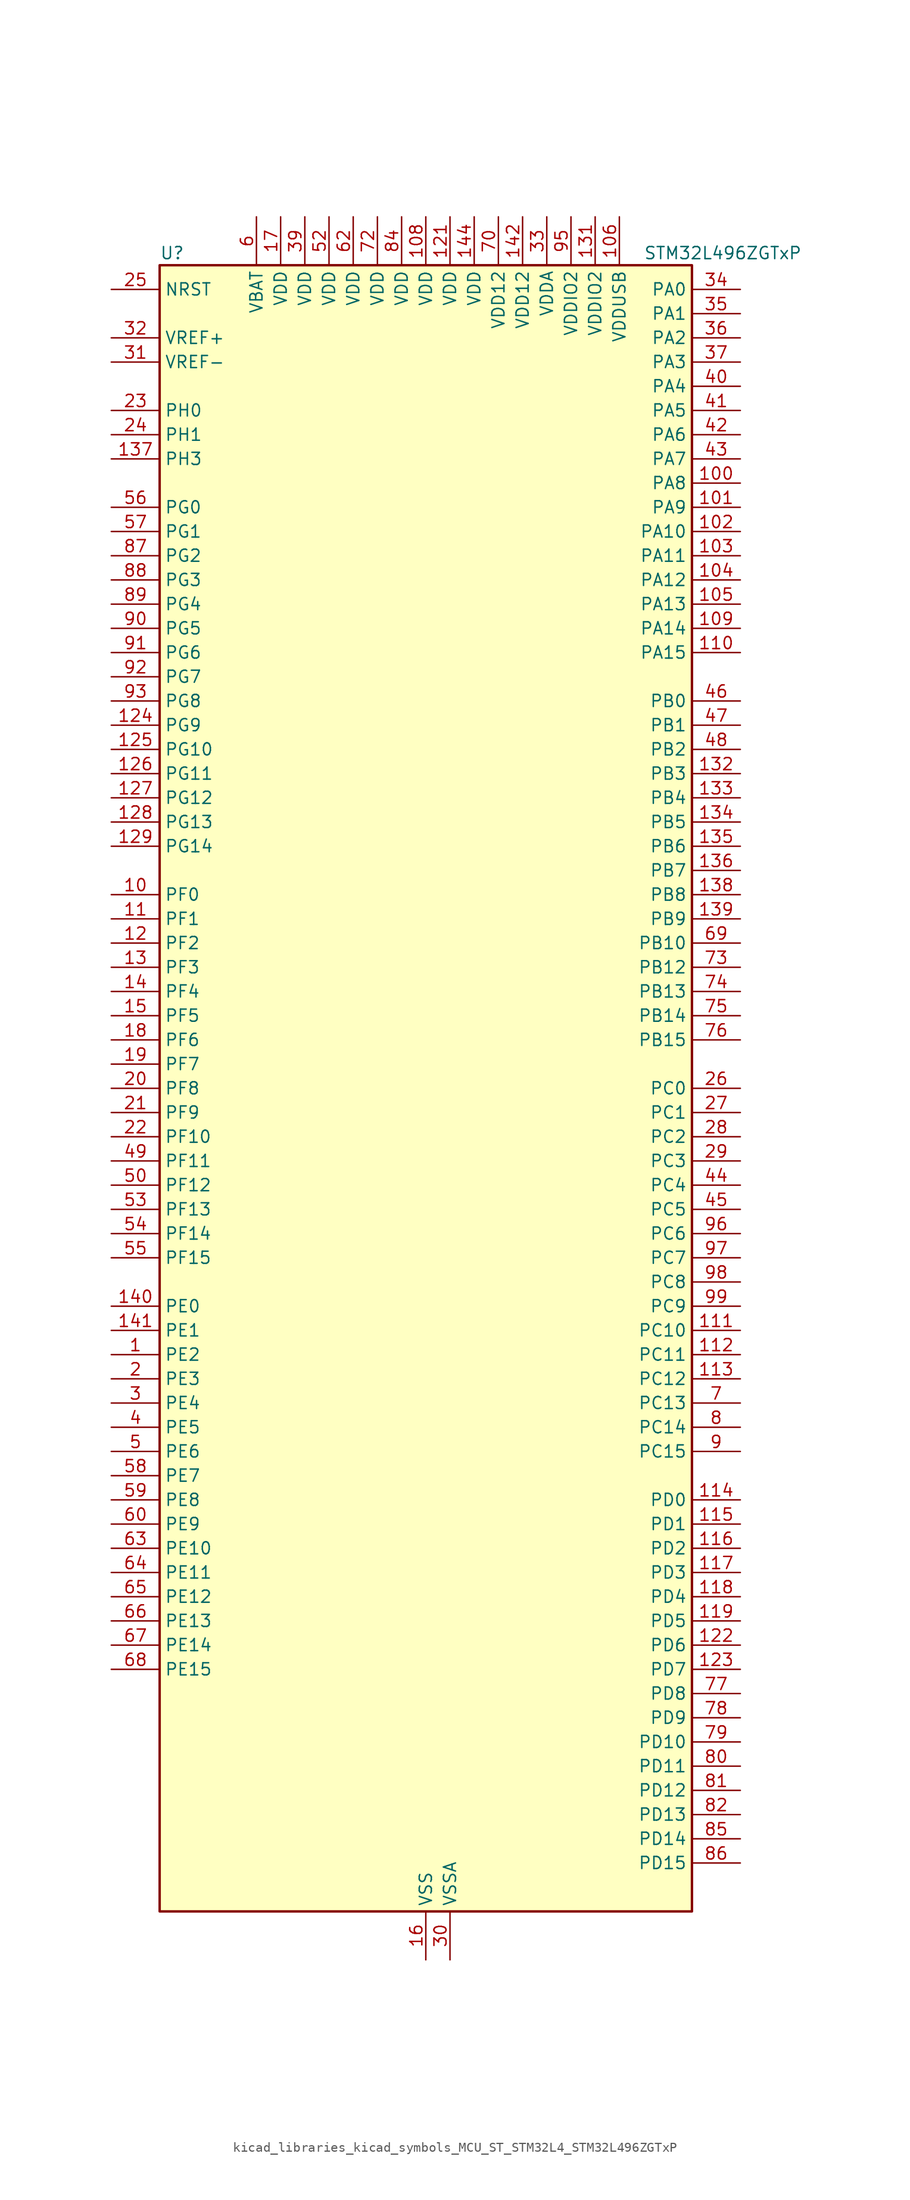
<source format=kicad_sym>
(kicad_symbol_lib
  (version 20220914)
  (generator kicad_symbol_editor)
  (symbol "kicad_libraries_kicad_symbols_MCU_ST_STM32L4_STM32L496ZGTxP"
    (property "Reference" "U"
      (at -27.94 87.63 0)
      (effects (font (size 1.27 1.27)) (justify left)))
    (property "Value" "STM32L496ZGTxP"
      (at 22.86 87.63 0)
      (effects (font (size 1.27 1.27)) (justify left)))
    (property "ki_locked" ""
      (at 0 0 0)
      (effects (font (size 1.27 1.27))))
    (symbol "kicad_libraries_kicad_symbols_MCU_ST_STM32L4_STM32L496ZGTxP_0_1"
      (rectangle (start -27.94 -86.36) (end 27.94 86.36) (stroke (width 0.254) (type default)) (fill (type background))))
    (symbol "kicad_libraries_kicad_symbols_MCU_ST_STM32L4_STM32L496ZGTxP_1_1"
      (pin bidirectional line (at -33.02 -27.94 0) (length 5.08) (name "PE2" (effects (font (size 1.27 1.27)))) (number "1" (effects (font (size 1.27 1.27)))) (alternate "FMC_A23" bidirectional line) (alternate "LCD_SEG38" bidirectional line) (alternate "SAI1_MCLK_A" bidirectional line) (alternate "SYS_TRACECLK" bidirectional line) (alternate "TIM3_ETR" bidirectional line) (alternate "TSC_G7_IO1" bidirectional line))
      (pin bidirectional line (at -33.02 20.32 0) (length 5.08) (name "PF0" (effects (font (size 1.27 1.27)))) (number "10" (effects (font (size 1.27 1.27)))) (alternate "FMC_A0" bidirectional line) (alternate "I2C2_SDA" bidirectional line))
      (pin bidirectional line (at 33.02 63.5 180) (length 5.08) (name "PA8" (effects (font (size 1.27 1.27)))) (number "100" (effects (font (size 1.27 1.27)))) (alternate "LCD_COM0" bidirectional line) (alternate "LPTIM2_OUT" bidirectional line) (alternate "RCC_MCO" bidirectional line) (alternate "SAI1_SCK_A" bidirectional line) (alternate "SWPMI1_IO" bidirectional line) (alternate "TIM1_CH1" bidirectional line) (alternate "USART1_CK" bidirectional line) (alternate "USB_OTG_FS_SOF" bidirectional line))
      (pin bidirectional line (at 33.02 60.96 180) (length 5.08) (name "PA9" (effects (font (size 1.27 1.27)))) (number "101" (effects (font (size 1.27 1.27)))) (alternate "DAC1_EXTI9" bidirectional line) (alternate "DCMI_D0" bidirectional line) (alternate "LCD_COM1" bidirectional line) (alternate "SAI1_FS_A" bidirectional line) (alternate "SPI2_SCK" bidirectional line) (alternate "TIM15_BKIN" bidirectional line) (alternate "TIM1_CH2" bidirectional line) (alternate "USART1_TX" bidirectional line) (alternate "USB_OTG_FS_VBUS" bidirectional line))
      (pin bidirectional line (at 33.02 58.42 180) (length 5.08) (name "PA10" (effects (font (size 1.27 1.27)))) (number "102" (effects (font (size 1.27 1.27)))) (alternate "DCMI_D1" bidirectional line) (alternate "LCD_COM2" bidirectional line) (alternate "SAI1_SD_A" bidirectional line) (alternate "TIM17_BKIN" bidirectional line) (alternate "TIM1_CH3" bidirectional line) (alternate "USART1_RX" bidirectional line) (alternate "USB_OTG_FS_ID" bidirectional line))
      (pin bidirectional line (at 33.02 55.88 180) (length 5.08) (name "PA11" (effects (font (size 1.27 1.27)))) (number "103" (effects (font (size 1.27 1.27)))) (alternate "ADC1_EXTI11" bidirectional line) (alternate "ADC2_EXTI11" bidirectional line) (alternate "ADC3_EXTI11" bidirectional line) (alternate "CAN1_RX" bidirectional line) (alternate "SPI1_MISO" bidirectional line) (alternate "TIM1_BKIN2" bidirectional line) (alternate "TIM1_BKIN2_COMP1" bidirectional line) (alternate "TIM1_CH4" bidirectional line) (alternate "USART1_CTS" bidirectional line) (alternate "USB_OTG_FS_DM" bidirectional line))
      (pin bidirectional line (at 33.02 53.34 180) (length 5.08) (name "PA12" (effects (font (size 1.27 1.27)))) (number "104" (effects (font (size 1.27 1.27)))) (alternate "CAN1_TX" bidirectional line) (alternate "SPI1_MOSI" bidirectional line) (alternate "TIM1_ETR" bidirectional line) (alternate "USART1_DE" bidirectional line) (alternate "USART1_RTS" bidirectional line) (alternate "USB_OTG_FS_DP" bidirectional line))
      (pin bidirectional line (at 33.02 50.8 180) (length 5.08) (name "PA13" (effects (font (size 1.27 1.27)))) (number "105" (effects (font (size 1.27 1.27)))) (alternate "IR_OUT" bidirectional line) (alternate "SAI1_SD_B" bidirectional line) (alternate "SWPMI1_TX" bidirectional line) (alternate "SYS_JTMS-SWDIO" bidirectional line) (alternate "USB_OTG_FS_NOE" bidirectional line))
      (pin power_in line (at 20.32 91.44 270) (length 5.08) (name "VDDUSB" (effects (font (size 1.27 1.27)))) (number "106" (effects (font (size 1.27 1.27)))))
      (pin passive line (at 0 -91.44 90) (length 5.08) hide (name "VSS" (effects (font (size 1.27 1.27)))) (number "107" (effects (font (size 1.27 1.27)))))
      (pin power_in line (at 0 91.44 270) (length 5.08) (name "VDD" (effects (font (size 1.27 1.27)))) (number "108" (effects (font (size 1.27 1.27)))))
      (pin bidirectional line (at 33.02 48.26 180) (length 5.08) (name "PA14" (effects (font (size 1.27 1.27)))) (number "109" (effects (font (size 1.27 1.27)))) (alternate "I2C1_SMBA" bidirectional line) (alternate "I2C4_SMBA" bidirectional line) (alternate "LPTIM1_OUT" bidirectional line) (alternate "SAI1_FS_B" bidirectional line) (alternate "SWPMI1_RX" bidirectional line) (alternate "SYS_JTCK-SWCLK" bidirectional line) (alternate "USB_OTG_FS_SOF" bidirectional line))
      (pin bidirectional line (at -33.02 17.78 0) (length 5.08) (name "PF1" (effects (font (size 1.27 1.27)))) (number "11" (effects (font (size 1.27 1.27)))) (alternate "FMC_A1" bidirectional line) (alternate "I2C2_SCL" bidirectional line))
      (pin bidirectional line (at 33.02 45.72 180) (length 5.08) (name "PA15" (effects (font (size 1.27 1.27)))) (number "110" (effects (font (size 1.27 1.27)))) (alternate "ADC1_EXTI15" bidirectional line) (alternate "ADC2_EXTI15" bidirectional line) (alternate "ADC3_EXTI15" bidirectional line) (alternate "LCD_SEG17" bidirectional line) (alternate "SAI2_FS_B" bidirectional line) (alternate "SPI1_NSS" bidirectional line) (alternate "SPI3_NSS" bidirectional line) (alternate "SWPMI1_SUSPEND" bidirectional line) (alternate "SYS_JTDI" bidirectional line) (alternate "TIM2_CH1" bidirectional line) (alternate "TIM2_ETR" bidirectional line) (alternate "TSC_G3_IO1" bidirectional line) (alternate "UART4_DE" bidirectional line) (alternate "UART4_RTS" bidirectional line) (alternate "USART2_RX" bidirectional line) (alternate "USART3_DE" bidirectional line) (alternate "USART3_RTS" bidirectional line))
      (pin bidirectional line (at 33.02 -25.4 180) (length 5.08) (name "PC10" (effects (font (size 1.27 1.27)))) (number "111" (effects (font (size 1.27 1.27)))) (alternate "DCMI_D8" bidirectional line) (alternate "LCD_COM4" bidirectional line) (alternate "LCD_SEG28" bidirectional line) (alternate "LCD_SEG40" bidirectional line) (alternate "SAI2_SCK_B" bidirectional line) (alternate "SDMMC1_D2" bidirectional line) (alternate "SPI3_SCK" bidirectional line) (alternate "SYS_TRACED1" bidirectional line) (alternate "TSC_G3_IO2" bidirectional line) (alternate "UART4_TX" bidirectional line) (alternate "USART3_TX" bidirectional line))
      (pin bidirectional line (at 33.02 -27.94 180) (length 5.08) (name "PC11" (effects (font (size 1.27 1.27)))) (number "112" (effects (font (size 1.27 1.27)))) (alternate "ADC1_EXTI11" bidirectional line) (alternate "ADC2_EXTI11" bidirectional line) (alternate "ADC3_EXTI11" bidirectional line) (alternate "DCMI_D4" bidirectional line) (alternate "LCD_COM5" bidirectional line) (alternate "LCD_SEG29" bidirectional line) (alternate "LCD_SEG41" bidirectional line) (alternate "QUADSPI_BK2_NCS" bidirectional line) (alternate "SAI2_MCLK_B" bidirectional line) (alternate "SDMMC1_D3" bidirectional line) (alternate "SPI3_MISO" bidirectional line) (alternate "TSC_G3_IO3" bidirectional line) (alternate "UART4_RX" bidirectional line) (alternate "USART3_RX" bidirectional line))
      (pin bidirectional line (at 33.02 -30.48 180) (length 5.08) (name "PC12" (effects (font (size 1.27 1.27)))) (number "113" (effects (font (size 1.27 1.27)))) (alternate "DCMI_D9" bidirectional line) (alternate "LCD_COM6" bidirectional line) (alternate "LCD_SEG30" bidirectional line) (alternate "LCD_SEG42" bidirectional line) (alternate "SAI2_SD_B" bidirectional line) (alternate "SDMMC1_CK" bidirectional line) (alternate "SPI3_MOSI" bidirectional line) (alternate "SYS_TRACED3" bidirectional line) (alternate "TSC_G3_IO4" bidirectional line) (alternate "UART5_TX" bidirectional line) (alternate "USART3_CK" bidirectional line))
      (pin bidirectional line (at 33.02 -43.18 180) (length 5.08) (name "PD0" (effects (font (size 1.27 1.27)))) (number "114" (effects (font (size 1.27 1.27)))) (alternate "CAN1_RX" bidirectional line) (alternate "DFSDM1_DATIN7" bidirectional line) (alternate "FMC_D2" bidirectional line) (alternate "FMC_DA2" bidirectional line) (alternate "SPI2_NSS" bidirectional line))
      (pin bidirectional line (at 33.02 -45.72 180) (length 5.08) (name "PD1" (effects (font (size 1.27 1.27)))) (number "115" (effects (font (size 1.27 1.27)))) (alternate "CAN1_TX" bidirectional line) (alternate "DFSDM1_CKIN7" bidirectional line) (alternate "FMC_D3" bidirectional line) (alternate "FMC_DA3" bidirectional line) (alternate "SPI2_SCK" bidirectional line))
      (pin bidirectional line (at 33.02 -48.26 180) (length 5.08) (name "PD2" (effects (font (size 1.27 1.27)))) (number "116" (effects (font (size 1.27 1.27)))) (alternate "DCMI_D11" bidirectional line) (alternate "LCD_COM7" bidirectional line) (alternate "LCD_SEG31" bidirectional line) (alternate "LCD_SEG43" bidirectional line) (alternate "SDMMC1_CMD" bidirectional line) (alternate "SYS_TRACED2" bidirectional line) (alternate "TIM3_ETR" bidirectional line) (alternate "TSC_SYNC" bidirectional line) (alternate "UART5_RX" bidirectional line) (alternate "USART3_DE" bidirectional line) (alternate "USART3_RTS" bidirectional line))
      (pin bidirectional line (at 33.02 -50.8 180) (length 5.08) (name "PD3" (effects (font (size 1.27 1.27)))) (number "117" (effects (font (size 1.27 1.27)))) (alternate "DCMI_D5" bidirectional line) (alternate "DFSDM1_DATIN0" bidirectional line) (alternate "FMC_CLK" bidirectional line) (alternate "QUADSPI_BK2_NCS" bidirectional line) (alternate "SPI2_MISO" bidirectional line) (alternate "SPI2_SCK" bidirectional line) (alternate "USART2_CTS" bidirectional line))
      (pin bidirectional line (at 33.02 -53.34 180) (length 5.08) (name "PD4" (effects (font (size 1.27 1.27)))) (number "118" (effects (font (size 1.27 1.27)))) (alternate "DFSDM1_CKIN0" bidirectional line) (alternate "FMC_NOE" bidirectional line) (alternate "QUADSPI_BK2_IO0" bidirectional line) (alternate "SPI2_MOSI" bidirectional line) (alternate "USART2_DE" bidirectional line) (alternate "USART2_RTS" bidirectional line))
      (pin bidirectional line (at 33.02 -55.88 180) (length 5.08) (name "PD5" (effects (font (size 1.27 1.27)))) (number "119" (effects (font (size 1.27 1.27)))) (alternate "FMC_NWE" bidirectional line) (alternate "QUADSPI_BK2_IO1" bidirectional line) (alternate "USART2_TX" bidirectional line))
      (pin bidirectional line (at -33.02 15.24 0) (length 5.08) (name "PF2" (effects (font (size 1.27 1.27)))) (number "12" (effects (font (size 1.27 1.27)))) (alternate "FMC_A2" bidirectional line) (alternate "I2C2_SMBA" bidirectional line))
      (pin passive line (at 0 -91.44 90) (length 5.08) hide (name "VSS" (effects (font (size 1.27 1.27)))) (number "120" (effects (font (size 1.27 1.27)))))
      (pin power_in line (at 2.54 91.44 270) (length 5.08) (name "VDD" (effects (font (size 1.27 1.27)))) (number "121" (effects (font (size 1.27 1.27)))))
      (pin bidirectional line (at 33.02 -58.42 180) (length 5.08) (name "PD6" (effects (font (size 1.27 1.27)))) (number "122" (effects (font (size 1.27 1.27)))) (alternate "DCMI_D10" bidirectional line) (alternate "DFSDM1_DATIN1" bidirectional line) (alternate "FMC_NWAIT" bidirectional line) (alternate "QUADSPI_BK2_IO1" bidirectional line) (alternate "QUADSPI_BK2_IO2" bidirectional line) (alternate "SAI1_SD_A" bidirectional line) (alternate "USART2_RX" bidirectional line))
      (pin bidirectional line (at 33.02 -60.96 180) (length 5.08) (name "PD7" (effects (font (size 1.27 1.27)))) (number "123" (effects (font (size 1.27 1.27)))) (alternate "DFSDM1_CKIN1" bidirectional line) (alternate "FMC_NE1" bidirectional line) (alternate "QUADSPI_BK2_IO3" bidirectional line) (alternate "USART2_CK" bidirectional line))
      (pin bidirectional line (at -33.02 38.1 0) (length 5.08) (name "PG9" (effects (font (size 1.27 1.27)))) (number "124" (effects (font (size 1.27 1.27)))) (alternate "DAC1_EXTI9" bidirectional line) (alternate "FMC_NCE" bidirectional line) (alternate "FMC_NE2" bidirectional line) (alternate "SAI2_SCK_A" bidirectional line) (alternate "SPI3_SCK" bidirectional line) (alternate "TIM15_CH1N" bidirectional line) (alternate "USART1_TX" bidirectional line))
      (pin bidirectional line (at -33.02 35.56 0) (length 5.08) (name "PG10" (effects (font (size 1.27 1.27)))) (number "125" (effects (font (size 1.27 1.27)))) (alternate "FMC_NE3" bidirectional line) (alternate "LPTIM1_IN1" bidirectional line) (alternate "SAI2_FS_A" bidirectional line) (alternate "SPI3_MISO" bidirectional line) (alternate "TIM15_CH1" bidirectional line) (alternate "USART1_RX" bidirectional line))
      (pin bidirectional line (at -33.02 33.02 0) (length 5.08) (name "PG11" (effects (font (size 1.27 1.27)))) (number "126" (effects (font (size 1.27 1.27)))) (alternate "ADC1_EXTI11" bidirectional line) (alternate "ADC2_EXTI11" bidirectional line) (alternate "ADC3_EXTI11" bidirectional line) (alternate "LPTIM1_IN2" bidirectional line) (alternate "SAI2_MCLK_A" bidirectional line) (alternate "SPI3_MOSI" bidirectional line) (alternate "TIM15_CH2" bidirectional line) (alternate "USART1_CTS" bidirectional line))
      (pin bidirectional line (at -33.02 30.48 0) (length 5.08) (name "PG12" (effects (font (size 1.27 1.27)))) (number "127" (effects (font (size 1.27 1.27)))) (alternate "FMC_NE4" bidirectional line) (alternate "LPTIM1_ETR" bidirectional line) (alternate "SAI2_SD_A" bidirectional line) (alternate "SPI3_NSS" bidirectional line) (alternate "USART1_DE" bidirectional line) (alternate "USART1_RTS" bidirectional line))
      (pin bidirectional line (at -33.02 27.94 0) (length 5.08) (name "PG13" (effects (font (size 1.27 1.27)))) (number "128" (effects (font (size 1.27 1.27)))) (alternate "FMC_A24" bidirectional line) (alternate "I2C1_SDA" bidirectional line) (alternate "USART1_CK" bidirectional line))
      (pin bidirectional line (at -33.02 25.4 0) (length 5.08) (name "PG14" (effects (font (size 1.27 1.27)))) (number "129" (effects (font (size 1.27 1.27)))) (alternate "FMC_A25" bidirectional line) (alternate "I2C1_SCL" bidirectional line))
      (pin bidirectional line (at -33.02 12.7 0) (length 5.08) (name "PF3" (effects (font (size 1.27 1.27)))) (number "13" (effects (font (size 1.27 1.27)))) (alternate "ADC3_IN6" bidirectional line) (alternate "FMC_A3" bidirectional line))
      (pin passive line (at 0 -91.44 90) (length 5.08) hide (name "VSS" (effects (font (size 1.27 1.27)))) (number "130" (effects (font (size 1.27 1.27)))))
      (pin power_in line (at 17.78 91.44 270) (length 5.08) (name "VDDIO2" (effects (font (size 1.27 1.27)))) (number "131" (effects (font (size 1.27 1.27)))))
      (pin bidirectional line (at 33.02 33.02 180) (length 5.08) (name "PB3" (effects (font (size 1.27 1.27)))) (number "132" (effects (font (size 1.27 1.27)))) (alternate "COMP2_INM" bidirectional line) (alternate "CRS_SYNC" bidirectional line) (alternate "LCD_SEG7" bidirectional line) (alternate "SAI1_SCK_B" bidirectional line) (alternate "SPI1_SCK" bidirectional line) (alternate "SPI3_SCK" bidirectional line) (alternate "SYS_JTDO-SWO" bidirectional line) (alternate "TIM2_CH2" bidirectional line) (alternate "USART1_DE" bidirectional line) (alternate "USART1_RTS" bidirectional line))
      (pin bidirectional line (at 33.02 30.48 180) (length 5.08) (name "PB4" (effects (font (size 1.27 1.27)))) (number "133" (effects (font (size 1.27 1.27)))) (alternate "COMP2_INP" bidirectional line) (alternate "DCMI_D12" bidirectional line) (alternate "I2C3_SDA" bidirectional line) (alternate "LCD_SEG8" bidirectional line) (alternate "SAI1_MCLK_B" bidirectional line) (alternate "SPI1_MISO" bidirectional line) (alternate "SPI3_MISO" bidirectional line) (alternate "SYS_JTRST" bidirectional line) (alternate "TIM17_BKIN" bidirectional line) (alternate "TIM3_CH1" bidirectional line) (alternate "TSC_G2_IO1" bidirectional line) (alternate "UART5_DE" bidirectional line) (alternate "UART5_RTS" bidirectional line) (alternate "USART1_CTS" bidirectional line))
      (pin bidirectional line (at 33.02 27.94 180) (length 5.08) (name "PB5" (effects (font (size 1.27 1.27)))) (number "134" (effects (font (size 1.27 1.27)))) (alternate "CAN2_RX" bidirectional line) (alternate "COMP2_OUT" bidirectional line) (alternate "DCMI_D10" bidirectional line) (alternate "I2C1_SMBA" bidirectional line) (alternate "LCD_SEG9" bidirectional line) (alternate "LPTIM1_IN1" bidirectional line) (alternate "SAI1_SD_B" bidirectional line) (alternate "SPI1_MOSI" bidirectional line) (alternate "SPI3_MOSI" bidirectional line) (alternate "TIM16_BKIN" bidirectional line) (alternate "TIM3_CH2" bidirectional line) (alternate "TSC_G2_IO2" bidirectional line) (alternate "UART5_CTS" bidirectional line) (alternate "USART1_CK" bidirectional line))
      (pin bidirectional line (at 33.02 25.4 180) (length 5.08) (name "PB6" (effects (font (size 1.27 1.27)))) (number "135" (effects (font (size 1.27 1.27)))) (alternate "CAN2_TX" bidirectional line) (alternate "COMP2_INP" bidirectional line) (alternate "DCMI_D5" bidirectional line) (alternate "DFSDM1_DATIN5" bidirectional line) (alternate "I2C1_SCL" bidirectional line) (alternate "I2C4_SCL" bidirectional line) (alternate "LPTIM1_ETR" bidirectional line) (alternate "SAI1_FS_B" bidirectional line) (alternate "TIM16_CH1N" bidirectional line) (alternate "TIM4_CH1" bidirectional line) (alternate "TIM8_BKIN2" bidirectional line) (alternate "TIM8_BKIN2_COMP2" bidirectional line) (alternate "TSC_G2_IO3" bidirectional line) (alternate "USART1_TX" bidirectional line))
      (pin bidirectional line (at 33.02 22.86 180) (length 5.08) (name "PB7" (effects (font (size 1.27 1.27)))) (number "136" (effects (font (size 1.27 1.27)))) (alternate "COMP2_INM" bidirectional line) (alternate "DCMI_VSYNC" bidirectional line) (alternate "DFSDM1_CKIN5" bidirectional line) (alternate "FMC_NL" bidirectional line) (alternate "I2C1_SDA" bidirectional line) (alternate "I2C4_SDA" bidirectional line) (alternate "LCD_SEG21" bidirectional line) (alternate "LPTIM1_IN2" bidirectional line) (alternate "SYS_PVD_IN" bidirectional line) (alternate "TIM17_CH1N" bidirectional line) (alternate "TIM4_CH2" bidirectional line) (alternate "TIM8_BKIN" bidirectional line) (alternate "TIM8_BKIN_COMP1" bidirectional line) (alternate "TSC_G2_IO4" bidirectional line) (alternate "UART4_CTS" bidirectional line) (alternate "USART1_RX" bidirectional line))
      (pin bidirectional line (at -33.02 66.04 0) (length 5.08) (name "PH3" (effects (font (size 1.27 1.27)))) (number "137" (effects (font (size 1.27 1.27)))))
      (pin bidirectional line (at 33.02 20.32 180) (length 5.08) (name "PB8" (effects (font (size 1.27 1.27)))) (number "138" (effects (font (size 1.27 1.27)))) (alternate "CAN1_RX" bidirectional line) (alternate "DCMI_D6" bidirectional line) (alternate "DFSDM1_DATIN6" bidirectional line) (alternate "I2C1_SCL" bidirectional line) (alternate "LCD_SEG16" bidirectional line) (alternate "SAI1_MCLK_A" bidirectional line) (alternate "SDMMC1_D4" bidirectional line) (alternate "TIM16_CH1" bidirectional line) (alternate "TIM4_CH3" bidirectional line))
      (pin bidirectional line (at 33.02 17.78 180) (length 5.08) (name "PB9" (effects (font (size 1.27 1.27)))) (number "139" (effects (font (size 1.27 1.27)))) (alternate "CAN1_TX" bidirectional line) (alternate "DAC1_EXTI9" bidirectional line) (alternate "DCMI_D7" bidirectional line) (alternate "DFSDM1_CKIN6" bidirectional line) (alternate "I2C1_SDA" bidirectional line) (alternate "IR_OUT" bidirectional line) (alternate "LCD_COM3" bidirectional line) (alternate "SAI1_FS_A" bidirectional line) (alternate "SDMMC1_D5" bidirectional line) (alternate "SPI2_NSS" bidirectional line) (alternate "TIM17_CH1" bidirectional line) (alternate "TIM4_CH4" bidirectional line))
      (pin bidirectional line (at -33.02 10.16 0) (length 5.08) (name "PF4" (effects (font (size 1.27 1.27)))) (number "14" (effects (font (size 1.27 1.27)))) (alternate "ADC3_IN7" bidirectional line) (alternate "FMC_A4" bidirectional line))
      (pin bidirectional line (at -33.02 -22.86 0) (length 5.08) (name "PE0" (effects (font (size 1.27 1.27)))) (number "140" (effects (font (size 1.27 1.27)))) (alternate "DCMI_D2" bidirectional line) (alternate "FMC_NBL0" bidirectional line) (alternate "LCD_SEG36" bidirectional line) (alternate "TIM16_CH1" bidirectional line) (alternate "TIM4_ETR" bidirectional line))
      (pin bidirectional line (at -33.02 -25.4 0) (length 5.08) (name "PE1" (effects (font (size 1.27 1.27)))) (number "141" (effects (font (size 1.27 1.27)))) (alternate "DCMI_D3" bidirectional line) (alternate "FMC_NBL1" bidirectional line) (alternate "LCD_SEG37" bidirectional line) (alternate "TIM17_CH1" bidirectional line))
      (pin power_in line (at 10.16 91.44 270) (length 5.08) (name "VDD12" (effects (font (size 1.27 1.27)))) (number "142" (effects (font (size 1.27 1.27)))))
      (pin passive line (at 0 -91.44 90) (length 5.08) hide (name "VSS" (effects (font (size 1.27 1.27)))) (number "143" (effects (font (size 1.27 1.27)))))
      (pin power_in line (at 5.08 91.44 270) (length 5.08) (name "VDD" (effects (font (size 1.27 1.27)))) (number "144" (effects (font (size 1.27 1.27)))))
      (pin bidirectional line (at -33.02 7.62 0) (length 5.08) (name "PF5" (effects (font (size 1.27 1.27)))) (number "15" (effects (font (size 1.27 1.27)))) (alternate "ADC3_IN8" bidirectional line) (alternate "FMC_A5" bidirectional line))
      (pin power_in line (at 0 -91.44 90) (length 5.08) (name "VSS" (effects (font (size 1.27 1.27)))) (number "16" (effects (font (size 1.27 1.27)))))
      (pin power_in line (at -15.24 91.44 270) (length 5.08) (name "VDD" (effects (font (size 1.27 1.27)))) (number "17" (effects (font (size 1.27 1.27)))))
      (pin bidirectional line (at -33.02 5.08 0) (length 5.08) (name "PF6" (effects (font (size 1.27 1.27)))) (number "18" (effects (font (size 1.27 1.27)))) (alternate "ADC3_IN9" bidirectional line) (alternate "QUADSPI_BK1_IO3" bidirectional line) (alternate "SAI1_SD_B" bidirectional line) (alternate "TIM5_CH1" bidirectional line) (alternate "TIM5_ETR" bidirectional line))
      (pin bidirectional line (at -33.02 2.54 0) (length 5.08) (name "PF7" (effects (font (size 1.27 1.27)))) (number "19" (effects (font (size 1.27 1.27)))) (alternate "ADC3_IN10" bidirectional line) (alternate "QUADSPI_BK1_IO2" bidirectional line) (alternate "SAI1_MCLK_B" bidirectional line) (alternate "TIM5_CH2" bidirectional line))
      (pin bidirectional line (at -33.02 -30.48 0) (length 5.08) (name "PE3" (effects (font (size 1.27 1.27)))) (number "2" (effects (font (size 1.27 1.27)))) (alternate "FMC_A19" bidirectional line) (alternate "LCD_SEG39" bidirectional line) (alternate "SAI1_SD_B" bidirectional line) (alternate "SYS_TRACED0" bidirectional line) (alternate "TIM3_CH1" bidirectional line) (alternate "TSC_G7_IO2" bidirectional line))
      (pin bidirectional line (at -33.02 0 0) (length 5.08) (name "PF8" (effects (font (size 1.27 1.27)))) (number "20" (effects (font (size 1.27 1.27)))) (alternate "ADC3_IN11" bidirectional line) (alternate "QUADSPI_BK1_IO0" bidirectional line) (alternate "SAI1_SCK_B" bidirectional line) (alternate "TIM5_CH3" bidirectional line))
      (pin bidirectional line (at -33.02 -2.54 0) (length 5.08) (name "PF9" (effects (font (size 1.27 1.27)))) (number "21" (effects (font (size 1.27 1.27)))) (alternate "ADC3_IN12" bidirectional line) (alternate "DAC1_EXTI9" bidirectional line) (alternate "QUADSPI_BK1_IO1" bidirectional line) (alternate "SAI1_FS_B" bidirectional line) (alternate "TIM15_CH1" bidirectional line) (alternate "TIM5_CH4" bidirectional line))
      (pin bidirectional line (at -33.02 -5.08 0) (length 5.08) (name "PF10" (effects (font (size 1.27 1.27)))) (number "22" (effects (font (size 1.27 1.27)))) (alternate "ADC3_IN13" bidirectional line) (alternate "DCMI_D11" bidirectional line) (alternate "QUADSPI_CLK" bidirectional line) (alternate "TIM15_CH2" bidirectional line))
      (pin bidirectional line (at -33.02 71.12 0) (length 5.08) (name "PH0" (effects (font (size 1.27 1.27)))) (number "23" (effects (font (size 1.27 1.27)))) (alternate "RCC_OSC_IN" bidirectional line))
      (pin bidirectional line (at -33.02 68.58 0) (length 5.08) (name "PH1" (effects (font (size 1.27 1.27)))) (number "24" (effects (font (size 1.27 1.27)))) (alternate "RCC_OSC_OUT" bidirectional line))
      (pin input line (at -33.02 83.82 0) (length 5.08) (name "NRST" (effects (font (size 1.27 1.27)))) (number "25" (effects (font (size 1.27 1.27)))))
      (pin bidirectional line (at 33.02 0 180) (length 5.08) (name "PC0" (effects (font (size 1.27 1.27)))) (number "26" (effects (font (size 1.27 1.27)))) (alternate "ADC1_IN1" bidirectional line) (alternate "ADC2_IN1" bidirectional line) (alternate "ADC3_IN1" bidirectional line) (alternate "DFSDM1_DATIN4" bidirectional line) (alternate "I2C3_SCL" bidirectional line) (alternate "I2C4_SCL" bidirectional line) (alternate "LCD_SEG18" bidirectional line) (alternate "LPTIM1_IN1" bidirectional line) (alternate "LPTIM2_IN1" bidirectional line) (alternate "LPUART1_RX" bidirectional line))
      (pin bidirectional line (at 33.02 -2.54 180) (length 5.08) (name "PC1" (effects (font (size 1.27 1.27)))) (number "27" (effects (font (size 1.27 1.27)))) (alternate "ADC1_IN2" bidirectional line) (alternate "ADC2_IN2" bidirectional line) (alternate "ADC3_IN2" bidirectional line) (alternate "DFSDM1_CKIN4" bidirectional line) (alternate "I2C3_SDA" bidirectional line) (alternate "I2C4_SDA" bidirectional line) (alternate "LCD_SEG19" bidirectional line) (alternate "LPTIM1_OUT" bidirectional line) (alternate "LPUART1_TX" bidirectional line) (alternate "QUADSPI_BK2_IO0" bidirectional line) (alternate "SAI1_SD_A" bidirectional line) (alternate "SPI2_MOSI" bidirectional line) (alternate "SYS_TRACED0" bidirectional line))
      (pin bidirectional line (at 33.02 -5.08 180) (length 5.08) (name "PC2" (effects (font (size 1.27 1.27)))) (number "28" (effects (font (size 1.27 1.27)))) (alternate "ADC1_IN3" bidirectional line) (alternate "ADC2_IN3" bidirectional line) (alternate "ADC3_IN3" bidirectional line) (alternate "DFSDM1_CKOUT" bidirectional line) (alternate "LCD_SEG20" bidirectional line) (alternate "LPTIM1_IN2" bidirectional line) (alternate "QUADSPI_BK2_IO1" bidirectional line) (alternate "SPI2_MISO" bidirectional line))
      (pin bidirectional line (at 33.02 -7.62 180) (length 5.08) (name "PC3" (effects (font (size 1.27 1.27)))) (number "29" (effects (font (size 1.27 1.27)))) (alternate "ADC1_IN4" bidirectional line) (alternate "ADC2_IN4" bidirectional line) (alternate "ADC3_IN4" bidirectional line) (alternate "LCD_VLCD" bidirectional line) (alternate "LPTIM1_ETR" bidirectional line) (alternate "LPTIM2_ETR" bidirectional line) (alternate "QUADSPI_BK2_IO2" bidirectional line) (alternate "SAI1_SD_A" bidirectional line) (alternate "SPI2_MOSI" bidirectional line))
      (pin bidirectional line (at -33.02 -33.02 0) (length 5.08) (name "PE4" (effects (font (size 1.27 1.27)))) (number "3" (effects (font (size 1.27 1.27)))) (alternate "DCMI_D4" bidirectional line) (alternate "DFSDM1_DATIN3" bidirectional line) (alternate "FMC_A20" bidirectional line) (alternate "SAI1_FS_A" bidirectional line) (alternate "SYS_TRACED1" bidirectional line) (alternate "TIM3_CH2" bidirectional line) (alternate "TSC_G7_IO3" bidirectional line))
      (pin power_in line (at 2.54 -91.44 90) (length 5.08) (name "VSSA" (effects (font (size 1.27 1.27)))) (number "30" (effects (font (size 1.27 1.27)))))
      (pin input line (at -33.02 76.2 0) (length 5.08) (name "VREF-" (effects (font (size 1.27 1.27)))) (number "31" (effects (font (size 1.27 1.27)))))
      (pin input line (at -33.02 78.74 0) (length 5.08) (name "VREF+" (effects (font (size 1.27 1.27)))) (number "32" (effects (font (size 1.27 1.27)))) (alternate "VREFBUF_OUT" bidirectional line))
      (pin power_in line (at 12.7 91.44 270) (length 5.08) (name "VDDA" (effects (font (size 1.27 1.27)))) (number "33" (effects (font (size 1.27 1.27)))))
      (pin bidirectional line (at 33.02 83.82 180) (length 5.08) (name "PA0" (effects (font (size 1.27 1.27)))) (number "34" (effects (font (size 1.27 1.27)))) (alternate "ADC1_IN5" bidirectional line) (alternate "ADC2_IN5" bidirectional line) (alternate "OPAMP1_VINP" bidirectional line) (alternate "RTC_TAMP2" bidirectional line) (alternate "SAI1_EXTCLK" bidirectional line) (alternate "SYS_WKUP1" bidirectional line) (alternate "TIM2_CH1" bidirectional line) (alternate "TIM2_ETR" bidirectional line) (alternate "TIM5_CH1" bidirectional line) (alternate "TIM8_ETR" bidirectional line) (alternate "UART4_TX" bidirectional line) (alternate "USART2_CTS" bidirectional line))
      (pin bidirectional line (at 33.02 81.28 180) (length 5.08) (name "PA1" (effects (font (size 1.27 1.27)))) (number "35" (effects (font (size 1.27 1.27)))) (alternate "ADC1_IN6" bidirectional line) (alternate "ADC2_IN6" bidirectional line) (alternate "I2C1_SMBA" bidirectional line) (alternate "LCD_SEG0" bidirectional line) (alternate "OPAMP1_VINM" bidirectional line) (alternate "SPI1_SCK" bidirectional line) (alternate "TIM15_CH1N" bidirectional line) (alternate "TIM2_CH2" bidirectional line) (alternate "TIM5_CH2" bidirectional line) (alternate "UART4_RX" bidirectional line) (alternate "USART2_DE" bidirectional line) (alternate "USART2_RTS" bidirectional line))
      (pin bidirectional line (at 33.02 78.74 180) (length 5.08) (name "PA2" (effects (font (size 1.27 1.27)))) (number "36" (effects (font (size 1.27 1.27)))) (alternate "ADC1_IN7" bidirectional line) (alternate "ADC2_IN7" bidirectional line) (alternate "LCD_SEG1" bidirectional line) (alternate "LPUART1_TX" bidirectional line) (alternate "QUADSPI_BK1_NCS" bidirectional line) (alternate "RCC_LSCO" bidirectional line) (alternate "SAI2_EXTCLK" bidirectional line) (alternate "SYS_WKUP4" bidirectional line) (alternate "TIM15_CH1" bidirectional line) (alternate "TIM2_CH3" bidirectional line) (alternate "TIM5_CH3" bidirectional line) (alternate "USART2_TX" bidirectional line))
      (pin bidirectional line (at 33.02 76.2 180) (length 5.08) (name "PA3" (effects (font (size 1.27 1.27)))) (number "37" (effects (font (size 1.27 1.27)))) (alternate "ADC1_IN8" bidirectional line) (alternate "ADC2_IN8" bidirectional line) (alternate "LCD_SEG2" bidirectional line) (alternate "LPUART1_RX" bidirectional line) (alternate "OPAMP1_VOUT" bidirectional line) (alternate "QUADSPI_CLK" bidirectional line) (alternate "SAI1_MCLK_A" bidirectional line) (alternate "TIM15_CH2" bidirectional line) (alternate "TIM2_CH4" bidirectional line) (alternate "TIM5_CH4" bidirectional line) (alternate "USART2_RX" bidirectional line))
      (pin passive line (at 0 -91.44 90) (length 5.08) hide (name "VSS" (effects (font (size 1.27 1.27)))) (number "38" (effects (font (size 1.27 1.27)))))
      (pin power_in line (at -12.7 91.44 270) (length 5.08) (name "VDD" (effects (font (size 1.27 1.27)))) (number "39" (effects (font (size 1.27 1.27)))))
      (pin bidirectional line (at -33.02 -35.56 0) (length 5.08) (name "PE5" (effects (font (size 1.27 1.27)))) (number "4" (effects (font (size 1.27 1.27)))) (alternate "DCMI_D6" bidirectional line) (alternate "DFSDM1_CKIN3" bidirectional line) (alternate "FMC_A21" bidirectional line) (alternate "SAI1_SCK_A" bidirectional line) (alternate "SYS_TRACED2" bidirectional line) (alternate "TIM3_CH3" bidirectional line) (alternate "TSC_G7_IO4" bidirectional line))
      (pin bidirectional line (at 33.02 73.66 180) (length 5.08) (name "PA4" (effects (font (size 1.27 1.27)))) (number "40" (effects (font (size 1.27 1.27)))) (alternate "ADC1_IN9" bidirectional line) (alternate "ADC2_IN9" bidirectional line) (alternate "DAC1_OUT1" bidirectional line) (alternate "DCMI_HSYNC" bidirectional line) (alternate "LPTIM2_OUT" bidirectional line) (alternate "SAI1_FS_B" bidirectional line) (alternate "SPI1_NSS" bidirectional line) (alternate "SPI3_NSS" bidirectional line) (alternate "USART2_CK" bidirectional line))
      (pin bidirectional line (at 33.02 71.12 180) (length 5.08) (name "PA5" (effects (font (size 1.27 1.27)))) (number "41" (effects (font (size 1.27 1.27)))) (alternate "ADC1_IN10" bidirectional line) (alternate "ADC2_IN10" bidirectional line) (alternate "DAC1_OUT2" bidirectional line) (alternate "LPTIM2_ETR" bidirectional line) (alternate "SPI1_SCK" bidirectional line) (alternate "TIM2_CH1" bidirectional line) (alternate "TIM2_ETR" bidirectional line) (alternate "TIM8_CH1N" bidirectional line))
      (pin bidirectional line (at 33.02 68.58 180) (length 5.08) (name "PA6" (effects (font (size 1.27 1.27)))) (number "42" (effects (font (size 1.27 1.27)))) (alternate "ADC1_IN11" bidirectional line) (alternate "ADC2_IN11" bidirectional line) (alternate "DCMI_PIXCLK" bidirectional line) (alternate "LCD_SEG3" bidirectional line) (alternate "LPUART1_CTS" bidirectional line) (alternate "OPAMP2_VINP" bidirectional line) (alternate "QUADSPI_BK1_IO3" bidirectional line) (alternate "SPI1_MISO" bidirectional line) (alternate "TIM16_CH1" bidirectional line) (alternate "TIM1_BKIN" bidirectional line) (alternate "TIM1_BKIN_COMP2" bidirectional line) (alternate "TIM3_CH1" bidirectional line) (alternate "TIM8_BKIN" bidirectional line) (alternate "TIM8_BKIN_COMP2" bidirectional line) (alternate "USART3_CTS" bidirectional line))
      (pin bidirectional line (at 33.02 66.04 180) (length 5.08) (name "PA7" (effects (font (size 1.27 1.27)))) (number "43" (effects (font (size 1.27 1.27)))) (alternate "ADC1_IN12" bidirectional line) (alternate "ADC2_IN12" bidirectional line) (alternate "I2C3_SCL" bidirectional line) (alternate "LCD_SEG4" bidirectional line) (alternate "OPAMP2_VINM" bidirectional line) (alternate "QUADSPI_BK1_IO2" bidirectional line) (alternate "SPI1_MOSI" bidirectional line) (alternate "TIM17_CH1" bidirectional line) (alternate "TIM1_CH1N" bidirectional line) (alternate "TIM3_CH2" bidirectional line) (alternate "TIM8_CH1N" bidirectional line))
      (pin bidirectional line (at 33.02 -10.16 180) (length 5.08) (name "PC4" (effects (font (size 1.27 1.27)))) (number "44" (effects (font (size 1.27 1.27)))) (alternate "ADC1_IN13" bidirectional line) (alternate "ADC2_IN13" bidirectional line) (alternate "COMP1_INM" bidirectional line) (alternate "LCD_SEG22" bidirectional line) (alternate "QUADSPI_BK2_IO3" bidirectional line) (alternate "USART3_TX" bidirectional line))
      (pin bidirectional line (at 33.02 -12.7 180) (length 5.08) (name "PC5" (effects (font (size 1.27 1.27)))) (number "45" (effects (font (size 1.27 1.27)))) (alternate "ADC1_IN14" bidirectional line) (alternate "ADC2_IN14" bidirectional line) (alternate "COMP1_INP" bidirectional line) (alternate "LCD_SEG23" bidirectional line) (alternate "SYS_WKUP5" bidirectional line) (alternate "USART3_RX" bidirectional line))
      (pin bidirectional line (at 33.02 40.64 180) (length 5.08) (name "PB0" (effects (font (size 1.27 1.27)))) (number "46" (effects (font (size 1.27 1.27)))) (alternate "ADC1_IN15" bidirectional line) (alternate "ADC2_IN15" bidirectional line) (alternate "COMP1_OUT" bidirectional line) (alternate "LCD_SEG5" bidirectional line) (alternate "OPAMP2_VOUT" bidirectional line) (alternate "QUADSPI_BK1_IO1" bidirectional line) (alternate "SAI1_EXTCLK" bidirectional line) (alternate "SPI1_NSS" bidirectional line) (alternate "TIM1_CH2N" bidirectional line) (alternate "TIM3_CH3" bidirectional line) (alternate "TIM8_CH2N" bidirectional line) (alternate "USART3_CK" bidirectional line))
      (pin bidirectional line (at 33.02 38.1 180) (length 5.08) (name "PB1" (effects (font (size 1.27 1.27)))) (number "47" (effects (font (size 1.27 1.27)))) (alternate "ADC1_IN16" bidirectional line) (alternate "ADC2_IN16" bidirectional line) (alternate "COMP1_INM" bidirectional line) (alternate "DFSDM1_DATIN0" bidirectional line) (alternate "LCD_SEG6" bidirectional line) (alternate "LPTIM2_IN1" bidirectional line) (alternate "LPUART1_DE" bidirectional line) (alternate "LPUART1_RTS" bidirectional line) (alternate "QUADSPI_BK1_IO0" bidirectional line) (alternate "TIM1_CH3N" bidirectional line) (alternate "TIM3_CH4" bidirectional line) (alternate "TIM8_CH3N" bidirectional line) (alternate "USART3_DE" bidirectional line) (alternate "USART3_RTS" bidirectional line))
      (pin bidirectional line (at 33.02 35.56 180) (length 5.08) (name "PB2" (effects (font (size 1.27 1.27)))) (number "48" (effects (font (size 1.27 1.27)))) (alternate "COMP1_INP" bidirectional line) (alternate "DFSDM1_CKIN0" bidirectional line) (alternate "I2C3_SMBA" bidirectional line) (alternate "LCD_VLCD" bidirectional line) (alternate "LPTIM1_OUT" bidirectional line) (alternate "RTC_OUT_ALARM" bidirectional line) (alternate "RTC_OUT_CALIB" bidirectional line))
      (pin bidirectional line (at -33.02 -7.62 0) (length 5.08) (name "PF11" (effects (font (size 1.27 1.27)))) (number "49" (effects (font (size 1.27 1.27)))) (alternate "ADC1_EXTI11" bidirectional line) (alternate "ADC2_EXTI11" bidirectional line) (alternate "ADC3_EXTI11" bidirectional line) (alternate "DCMI_D12" bidirectional line))
      (pin bidirectional line (at -33.02 -38.1 0) (length 5.08) (name "PE6" (effects (font (size 1.27 1.27)))) (number "5" (effects (font (size 1.27 1.27)))) (alternate "DCMI_D7" bidirectional line) (alternate "FMC_A22" bidirectional line) (alternate "RTC_TAMP3" bidirectional line) (alternate "SAI1_SD_A" bidirectional line) (alternate "SYS_TRACED3" bidirectional line) (alternate "SYS_WKUP3" bidirectional line) (alternate "TIM3_CH4" bidirectional line))
      (pin bidirectional line (at -33.02 -10.16 0) (length 5.08) (name "PF12" (effects (font (size 1.27 1.27)))) (number "50" (effects (font (size 1.27 1.27)))) (alternate "FMC_A6" bidirectional line))
      (pin passive line (at 0 -91.44 90) (length 5.08) hide (name "VSS" (effects (font (size 1.27 1.27)))) (number "51" (effects (font (size 1.27 1.27)))))
      (pin power_in line (at -10.16 91.44 270) (length 5.08) (name "VDD" (effects (font (size 1.27 1.27)))) (number "52" (effects (font (size 1.27 1.27)))))
      (pin bidirectional line (at -33.02 -12.7 0) (length 5.08) (name "PF13" (effects (font (size 1.27 1.27)))) (number "53" (effects (font (size 1.27 1.27)))) (alternate "DFSDM1_DATIN6" bidirectional line) (alternate "FMC_A7" bidirectional line) (alternate "I2C4_SMBA" bidirectional line))
      (pin bidirectional line (at -33.02 -15.24 0) (length 5.08) (name "PF14" (effects (font (size 1.27 1.27)))) (number "54" (effects (font (size 1.27 1.27)))) (alternate "DFSDM1_CKIN6" bidirectional line) (alternate "FMC_A8" bidirectional line) (alternate "I2C4_SCL" bidirectional line) (alternate "TSC_G8_IO1" bidirectional line))
      (pin bidirectional line (at -33.02 -17.78 0) (length 5.08) (name "PF15" (effects (font (size 1.27 1.27)))) (number "55" (effects (font (size 1.27 1.27)))) (alternate "ADC1_EXTI15" bidirectional line) (alternate "ADC2_EXTI15" bidirectional line) (alternate "ADC3_EXTI15" bidirectional line) (alternate "FMC_A9" bidirectional line) (alternate "I2C4_SDA" bidirectional line) (alternate "TSC_G8_IO2" bidirectional line))
      (pin bidirectional line (at -33.02 60.96 0) (length 5.08) (name "PG0" (effects (font (size 1.27 1.27)))) (number "56" (effects (font (size 1.27 1.27)))) (alternate "FMC_A10" bidirectional line) (alternate "TSC_G8_IO3" bidirectional line))
      (pin bidirectional line (at -33.02 58.42 0) (length 5.08) (name "PG1" (effects (font (size 1.27 1.27)))) (number "57" (effects (font (size 1.27 1.27)))) (alternate "FMC_A11" bidirectional line) (alternate "TSC_G8_IO4" bidirectional line))
      (pin bidirectional line (at -33.02 -40.64 0) (length 5.08) (name "PE7" (effects (font (size 1.27 1.27)))) (number "58" (effects (font (size 1.27 1.27)))) (alternate "DFSDM1_DATIN2" bidirectional line) (alternate "FMC_D4" bidirectional line) (alternate "FMC_DA4" bidirectional line) (alternate "SAI1_SD_B" bidirectional line) (alternate "TIM1_ETR" bidirectional line))
      (pin bidirectional line (at -33.02 -43.18 0) (length 5.08) (name "PE8" (effects (font (size 1.27 1.27)))) (number "59" (effects (font (size 1.27 1.27)))) (alternate "DFSDM1_CKIN2" bidirectional line) (alternate "FMC_D5" bidirectional line) (alternate "FMC_DA5" bidirectional line) (alternate "SAI1_SCK_B" bidirectional line) (alternate "TIM1_CH1N" bidirectional line))
      (pin power_in line (at -17.78 91.44 270) (length 5.08) (name "VBAT" (effects (font (size 1.27 1.27)))) (number "6" (effects (font (size 1.27 1.27)))))
      (pin bidirectional line (at -33.02 -45.72 0) (length 5.08) (name "PE9" (effects (font (size 1.27 1.27)))) (number "60" (effects (font (size 1.27 1.27)))) (alternate "DAC1_EXTI9" bidirectional line) (alternate "DFSDM1_CKOUT" bidirectional line) (alternate "FMC_D6" bidirectional line) (alternate "FMC_DA6" bidirectional line) (alternate "SAI1_FS_B" bidirectional line) (alternate "TIM1_CH1" bidirectional line))
      (pin passive line (at 0 -91.44 90) (length 5.08) hide (name "VSS" (effects (font (size 1.27 1.27)))) (number "61" (effects (font (size 1.27 1.27)))))
      (pin power_in line (at -7.62 91.44 270) (length 5.08) (name "VDD" (effects (font (size 1.27 1.27)))) (number "62" (effects (font (size 1.27 1.27)))))
      (pin bidirectional line (at -33.02 -48.26 0) (length 5.08) (name "PE10" (effects (font (size 1.27 1.27)))) (number "63" (effects (font (size 1.27 1.27)))) (alternate "DFSDM1_DATIN4" bidirectional line) (alternate "FMC_D7" bidirectional line) (alternate "FMC_DA7" bidirectional line) (alternate "QUADSPI_CLK" bidirectional line) (alternate "SAI1_MCLK_B" bidirectional line) (alternate "TIM1_CH2N" bidirectional line) (alternate "TSC_G5_IO1" bidirectional line))
      (pin bidirectional line (at -33.02 -50.8 0) (length 5.08) (name "PE11" (effects (font (size 1.27 1.27)))) (number "64" (effects (font (size 1.27 1.27)))) (alternate "ADC1_EXTI11" bidirectional line) (alternate "ADC2_EXTI11" bidirectional line) (alternate "ADC3_EXTI11" bidirectional line) (alternate "DFSDM1_CKIN4" bidirectional line) (alternate "FMC_D8" bidirectional line) (alternate "FMC_DA8" bidirectional line) (alternate "QUADSPI_BK1_NCS" bidirectional line) (alternate "TIM1_CH2" bidirectional line) (alternate "TSC_G5_IO2" bidirectional line))
      (pin bidirectional line (at -33.02 -53.34 0) (length 5.08) (name "PE12" (effects (font (size 1.27 1.27)))) (number "65" (effects (font (size 1.27 1.27)))) (alternate "DFSDM1_DATIN5" bidirectional line) (alternate "FMC_D9" bidirectional line) (alternate "FMC_DA9" bidirectional line) (alternate "QUADSPI_BK1_IO0" bidirectional line) (alternate "SPI1_NSS" bidirectional line) (alternate "TIM1_CH3N" bidirectional line) (alternate "TSC_G5_IO3" bidirectional line))
      (pin bidirectional line (at -33.02 -55.88 0) (length 5.08) (name "PE13" (effects (font (size 1.27 1.27)))) (number "66" (effects (font (size 1.27 1.27)))) (alternate "DFSDM1_CKIN5" bidirectional line) (alternate "FMC_D10" bidirectional line) (alternate "FMC_DA10" bidirectional line) (alternate "QUADSPI_BK1_IO1" bidirectional line) (alternate "SPI1_SCK" bidirectional line) (alternate "TIM1_CH3" bidirectional line) (alternate "TSC_G5_IO4" bidirectional line))
      (pin bidirectional line (at -33.02 -58.42 0) (length 5.08) (name "PE14" (effects (font (size 1.27 1.27)))) (number "67" (effects (font (size 1.27 1.27)))) (alternate "FMC_D11" bidirectional line) (alternate "FMC_DA11" bidirectional line) (alternate "QUADSPI_BK1_IO2" bidirectional line) (alternate "SPI1_MISO" bidirectional line) (alternate "TIM1_BKIN2" bidirectional line) (alternate "TIM1_BKIN2_COMP2" bidirectional line) (alternate "TIM1_CH4" bidirectional line))
      (pin bidirectional line (at -33.02 -60.96 0) (length 5.08) (name "PE15" (effects (font (size 1.27 1.27)))) (number "68" (effects (font (size 1.27 1.27)))) (alternate "ADC1_EXTI15" bidirectional line) (alternate "ADC2_EXTI15" bidirectional line) (alternate "ADC3_EXTI15" bidirectional line) (alternate "FMC_D12" bidirectional line) (alternate "FMC_DA12" bidirectional line) (alternate "QUADSPI_BK1_IO3" bidirectional line) (alternate "SPI1_MOSI" bidirectional line) (alternate "TIM1_BKIN" bidirectional line) (alternate "TIM1_BKIN_COMP1" bidirectional line))
      (pin bidirectional line (at 33.02 15.24 180) (length 5.08) (name "PB10" (effects (font (size 1.27 1.27)))) (number "69" (effects (font (size 1.27 1.27)))) (alternate "COMP1_OUT" bidirectional line) (alternate "DFSDM1_DATIN7" bidirectional line) (alternate "I2C2_SCL" bidirectional line) (alternate "I2C4_SCL" bidirectional line) (alternate "LCD_SEG10" bidirectional line) (alternate "LPUART1_RX" bidirectional line) (alternate "QUADSPI_CLK" bidirectional line) (alternate "SAI1_SCK_A" bidirectional line) (alternate "SPI2_SCK" bidirectional line) (alternate "TIM2_CH3" bidirectional line) (alternate "TSC_SYNC" bidirectional line) (alternate "USART3_TX" bidirectional line))
      (pin bidirectional line (at 33.02 -33.02 180) (length 5.08) (name "PC13" (effects (font (size 1.27 1.27)))) (number "7" (effects (font (size 1.27 1.27)))) (alternate "RTC_OUT_ALARM" bidirectional line) (alternate "RTC_OUT_CALIB" bidirectional line) (alternate "RTC_TAMP1" bidirectional line) (alternate "RTC_TS" bidirectional line) (alternate "SYS_WKUP2" bidirectional line))
      (pin power_in line (at 7.62 91.44 270) (length 5.08) (name "VDD12" (effects (font (size 1.27 1.27)))) (number "70" (effects (font (size 1.27 1.27)))))
      (pin passive line (at 0 -91.44 90) (length 5.08) hide (name "VSS" (effects (font (size 1.27 1.27)))) (number "71" (effects (font (size 1.27 1.27)))))
      (pin power_in line (at -5.08 91.44 270) (length 5.08) (name "VDD" (effects (font (size 1.27 1.27)))) (number "72" (effects (font (size 1.27 1.27)))))
      (pin bidirectional line (at 33.02 12.7 180) (length 5.08) (name "PB12" (effects (font (size 1.27 1.27)))) (number "73" (effects (font (size 1.27 1.27)))) (alternate "CAN2_RX" bidirectional line) (alternate "DFSDM1_DATIN1" bidirectional line) (alternate "I2C2_SMBA" bidirectional line) (alternate "LCD_SEG12" bidirectional line) (alternate "LPUART1_DE" bidirectional line) (alternate "LPUART1_RTS" bidirectional line) (alternate "SAI2_FS_A" bidirectional line) (alternate "SPI2_NSS" bidirectional line) (alternate "SWPMI1_IO" bidirectional line) (alternate "TIM15_BKIN" bidirectional line) (alternate "TIM1_BKIN" bidirectional line) (alternate "TIM1_BKIN_COMP2" bidirectional line) (alternate "TSC_G1_IO1" bidirectional line) (alternate "USART3_CK" bidirectional line))
      (pin bidirectional line (at 33.02 10.16 180) (length 5.08) (name "PB13" (effects (font (size 1.27 1.27)))) (number "74" (effects (font (size 1.27 1.27)))) (alternate "CAN2_TX" bidirectional line) (alternate "DFSDM1_CKIN1" bidirectional line) (alternate "I2C2_SCL" bidirectional line) (alternate "LCD_SEG13" bidirectional line) (alternate "LPUART1_CTS" bidirectional line) (alternate "SAI2_SCK_A" bidirectional line) (alternate "SPI2_SCK" bidirectional line) (alternate "SWPMI1_TX" bidirectional line) (alternate "TIM15_CH1N" bidirectional line) (alternate "TIM1_CH1N" bidirectional line) (alternate "TSC_G1_IO2" bidirectional line) (alternate "USART3_CTS" bidirectional line))
      (pin bidirectional line (at 33.02 7.62 180) (length 5.08) (name "PB14" (effects (font (size 1.27 1.27)))) (number "75" (effects (font (size 1.27 1.27)))) (alternate "DFSDM1_DATIN2" bidirectional line) (alternate "I2C2_SDA" bidirectional line) (alternate "LCD_SEG14" bidirectional line) (alternate "SAI2_MCLK_A" bidirectional line) (alternate "SPI2_MISO" bidirectional line) (alternate "SWPMI1_RX" bidirectional line) (alternate "TIM15_CH1" bidirectional line) (alternate "TIM1_CH2N" bidirectional line) (alternate "TIM8_CH2N" bidirectional line) (alternate "TSC_G1_IO3" bidirectional line) (alternate "USART3_DE" bidirectional line) (alternate "USART3_RTS" bidirectional line))
      (pin bidirectional line (at 33.02 5.08 180) (length 5.08) (name "PB15" (effects (font (size 1.27 1.27)))) (number "76" (effects (font (size 1.27 1.27)))) (alternate "ADC1_EXTI15" bidirectional line) (alternate "ADC2_EXTI15" bidirectional line) (alternate "ADC3_EXTI15" bidirectional line) (alternate "DFSDM1_CKIN2" bidirectional line) (alternate "LCD_SEG15" bidirectional line) (alternate "RTC_REFIN" bidirectional line) (alternate "SAI2_SD_A" bidirectional line) (alternate "SPI2_MOSI" bidirectional line) (alternate "SWPMI1_SUSPEND" bidirectional line) (alternate "TIM15_CH2" bidirectional line) (alternate "TIM1_CH3N" bidirectional line) (alternate "TIM8_CH3N" bidirectional line) (alternate "TSC_G1_IO4" bidirectional line))
      (pin bidirectional line (at 33.02 -63.5 180) (length 5.08) (name "PD8" (effects (font (size 1.27 1.27)))) (number "77" (effects (font (size 1.27 1.27)))) (alternate "DCMI_HSYNC" bidirectional line) (alternate "FMC_D13" bidirectional line) (alternate "FMC_DA13" bidirectional line) (alternate "LCD_SEG28" bidirectional line) (alternate "USART3_TX" bidirectional line))
      (pin bidirectional line (at 33.02 -66.04 180) (length 5.08) (name "PD9" (effects (font (size 1.27 1.27)))) (number "78" (effects (font (size 1.27 1.27)))) (alternate "DAC1_EXTI9" bidirectional line) (alternate "DCMI_PIXCLK" bidirectional line) (alternate "FMC_D14" bidirectional line) (alternate "FMC_DA14" bidirectional line) (alternate "LCD_SEG29" bidirectional line) (alternate "SAI2_MCLK_A" bidirectional line) (alternate "USART3_RX" bidirectional line))
      (pin bidirectional line (at 33.02 -68.58 180) (length 5.08) (name "PD10" (effects (font (size 1.27 1.27)))) (number "79" (effects (font (size 1.27 1.27)))) (alternate "FMC_D15" bidirectional line) (alternate "FMC_DA15" bidirectional line) (alternate "LCD_SEG30" bidirectional line) (alternate "SAI2_SCK_A" bidirectional line) (alternate "TSC_G6_IO1" bidirectional line) (alternate "USART3_CK" bidirectional line))
      (pin bidirectional line (at 33.02 -35.56 180) (length 5.08) (name "PC14" (effects (font (size 1.27 1.27)))) (number "8" (effects (font (size 1.27 1.27)))) (alternate "RCC_OSC32_IN" bidirectional line))
      (pin bidirectional line (at 33.02 -71.12 180) (length 5.08) (name "PD11" (effects (font (size 1.27 1.27)))) (number "80" (effects (font (size 1.27 1.27)))) (alternate "ADC1_EXTI11" bidirectional line) (alternate "ADC2_EXTI11" bidirectional line) (alternate "ADC3_EXTI11" bidirectional line) (alternate "FMC_A16" bidirectional line) (alternate "FMC_CLE" bidirectional line) (alternate "I2C4_SMBA" bidirectional line) (alternate "LCD_SEG31" bidirectional line) (alternate "LPTIM2_ETR" bidirectional line) (alternate "SAI2_SD_A" bidirectional line) (alternate "TSC_G6_IO2" bidirectional line) (alternate "USART3_CTS" bidirectional line))
      (pin bidirectional line (at 33.02 -73.66 180) (length 5.08) (name "PD12" (effects (font (size 1.27 1.27)))) (number "81" (effects (font (size 1.27 1.27)))) (alternate "FMC_A17" bidirectional line) (alternate "FMC_ALE" bidirectional line) (alternate "I2C4_SCL" bidirectional line) (alternate "LCD_SEG32" bidirectional line) (alternate "LPTIM2_IN1" bidirectional line) (alternate "SAI2_FS_A" bidirectional line) (alternate "TIM4_CH1" bidirectional line) (alternate "TSC_G6_IO3" bidirectional line) (alternate "USART3_DE" bidirectional line) (alternate "USART3_RTS" bidirectional line))
      (pin bidirectional line (at 33.02 -76.2 180) (length 5.08) (name "PD13" (effects (font (size 1.27 1.27)))) (number "82" (effects (font (size 1.27 1.27)))) (alternate "FMC_A18" bidirectional line) (alternate "I2C4_SDA" bidirectional line) (alternate "LCD_SEG33" bidirectional line) (alternate "LPTIM2_OUT" bidirectional line) (alternate "TIM4_CH2" bidirectional line) (alternate "TSC_G6_IO4" bidirectional line))
      (pin passive line (at 0 -91.44 90) (length 5.08) hide (name "VSS" (effects (font (size 1.27 1.27)))) (number "83" (effects (font (size 1.27 1.27)))))
      (pin power_in line (at -2.54 91.44 270) (length 5.08) (name "VDD" (effects (font (size 1.27 1.27)))) (number "84" (effects (font (size 1.27 1.27)))))
      (pin bidirectional line (at 33.02 -78.74 180) (length 5.08) (name "PD14" (effects (font (size 1.27 1.27)))) (number "85" (effects (font (size 1.27 1.27)))) (alternate "FMC_D0" bidirectional line) (alternate "FMC_DA0" bidirectional line) (alternate "LCD_SEG34" bidirectional line) (alternate "TIM4_CH3" bidirectional line))
      (pin bidirectional line (at 33.02 -81.28 180) (length 5.08) (name "PD15" (effects (font (size 1.27 1.27)))) (number "86" (effects (font (size 1.27 1.27)))) (alternate "ADC1_EXTI15" bidirectional line) (alternate "ADC2_EXTI15" bidirectional line) (alternate "ADC3_EXTI15" bidirectional line) (alternate "FMC_D1" bidirectional line) (alternate "FMC_DA1" bidirectional line) (alternate "LCD_SEG35" bidirectional line) (alternate "TIM4_CH4" bidirectional line))
      (pin bidirectional line (at -33.02 55.88 0) (length 5.08) (name "PG2" (effects (font (size 1.27 1.27)))) (number "87" (effects (font (size 1.27 1.27)))) (alternate "FMC_A12" bidirectional line) (alternate "SAI2_SCK_B" bidirectional line) (alternate "SPI1_SCK" bidirectional line))
      (pin bidirectional line (at -33.02 53.34 0) (length 5.08) (name "PG3" (effects (font (size 1.27 1.27)))) (number "88" (effects (font (size 1.27 1.27)))) (alternate "FMC_A13" bidirectional line) (alternate "SAI2_FS_B" bidirectional line) (alternate "SPI1_MISO" bidirectional line))
      (pin bidirectional line (at -33.02 50.8 0) (length 5.08) (name "PG4" (effects (font (size 1.27 1.27)))) (number "89" (effects (font (size 1.27 1.27)))) (alternate "FMC_A14" bidirectional line) (alternate "SAI2_MCLK_B" bidirectional line) (alternate "SPI1_MOSI" bidirectional line))
      (pin bidirectional line (at 33.02 -38.1 180) (length 5.08) (name "PC15" (effects (font (size 1.27 1.27)))) (number "9" (effects (font (size 1.27 1.27)))) (alternate "ADC1_EXTI15" bidirectional line) (alternate "ADC2_EXTI15" bidirectional line) (alternate "ADC3_EXTI15" bidirectional line) (alternate "RCC_OSC32_OUT" bidirectional line))
      (pin bidirectional line (at -33.02 48.26 0) (length 5.08) (name "PG5" (effects (font (size 1.27 1.27)))) (number "90" (effects (font (size 1.27 1.27)))) (alternate "FMC_A15" bidirectional line) (alternate "LPUART1_CTS" bidirectional line) (alternate "SAI2_SD_B" bidirectional line) (alternate "SPI1_NSS" bidirectional line))
      (pin bidirectional line (at -33.02 45.72 0) (length 5.08) (name "PG6" (effects (font (size 1.27 1.27)))) (number "91" (effects (font (size 1.27 1.27)))) (alternate "I2C3_SMBA" bidirectional line) (alternate "LPUART1_DE" bidirectional line) (alternate "LPUART1_RTS" bidirectional line))
      (pin bidirectional line (at -33.02 43.18 0) (length 5.08) (name "PG7" (effects (font (size 1.27 1.27)))) (number "92" (effects (font (size 1.27 1.27)))) (alternate "FMC_INT" bidirectional line) (alternate "I2C3_SCL" bidirectional line) (alternate "LPUART1_TX" bidirectional line) (alternate "SAI1_MCLK_A" bidirectional line))
      (pin bidirectional line (at -33.02 40.64 0) (length 5.08) (name "PG8" (effects (font (size 1.27 1.27)))) (number "93" (effects (font (size 1.27 1.27)))) (alternate "I2C3_SDA" bidirectional line) (alternate "LPUART1_RX" bidirectional line))
      (pin passive line (at 0 -91.44 90) (length 5.08) hide (name "VSS" (effects (font (size 1.27 1.27)))) (number "94" (effects (font (size 1.27 1.27)))))
      (pin power_in line (at 15.24 91.44 270) (length 5.08) (name "VDDIO2" (effects (font (size 1.27 1.27)))) (number "95" (effects (font (size 1.27 1.27)))))
      (pin bidirectional line (at 33.02 -15.24 180) (length 5.08) (name "PC6" (effects (font (size 1.27 1.27)))) (number "96" (effects (font (size 1.27 1.27)))) (alternate "DCMI_D0" bidirectional line) (alternate "DFSDM1_CKIN3" bidirectional line) (alternate "LCD_SEG24" bidirectional line) (alternate "SAI2_MCLK_A" bidirectional line) (alternate "SDMMC1_D6" bidirectional line) (alternate "TIM3_CH1" bidirectional line) (alternate "TIM8_CH1" bidirectional line) (alternate "TSC_G4_IO1" bidirectional line))
      (pin bidirectional line (at 33.02 -17.78 180) (length 5.08) (name "PC7" (effects (font (size 1.27 1.27)))) (number "97" (effects (font (size 1.27 1.27)))) (alternate "DCMI_D1" bidirectional line) (alternate "DFSDM1_DATIN3" bidirectional line) (alternate "LCD_SEG25" bidirectional line) (alternate "SAI2_MCLK_B" bidirectional line) (alternate "SDMMC1_D7" bidirectional line) (alternate "TIM3_CH2" bidirectional line) (alternate "TIM8_CH2" bidirectional line) (alternate "TSC_G4_IO2" bidirectional line))
      (pin bidirectional line (at 33.02 -20.32 180) (length 5.08) (name "PC8" (effects (font (size 1.27 1.27)))) (number "98" (effects (font (size 1.27 1.27)))) (alternate "DCMI_D2" bidirectional line) (alternate "LCD_SEG26" bidirectional line) (alternate "SDMMC1_D0" bidirectional line) (alternate "TIM3_CH3" bidirectional line) (alternate "TIM8_CH3" bidirectional line) (alternate "TSC_G4_IO3" bidirectional line))
      (pin bidirectional line (at 33.02 -22.86 180) (length 5.08) (name "PC9" (effects (font (size 1.27 1.27)))) (number "99" (effects (font (size 1.27 1.27)))) (alternate "DAC1_EXTI9" bidirectional line) (alternate "DCMI_D3" bidirectional line) (alternate "I2C3_SDA" bidirectional line) (alternate "LCD_SEG27" bidirectional line) (alternate "SAI2_EXTCLK" bidirectional line) (alternate "SDMMC1_D1" bidirectional line) (alternate "TIM3_CH4" bidirectional line) (alternate "TIM8_BKIN2" bidirectional line) (alternate "TIM8_BKIN2_COMP1" bidirectional line) (alternate "TIM8_CH4" bidirectional line) (alternate "TSC_G4_IO4" bidirectional line) (alternate "USB_OTG_FS_NOE" bidirectional line)))))
</source>
